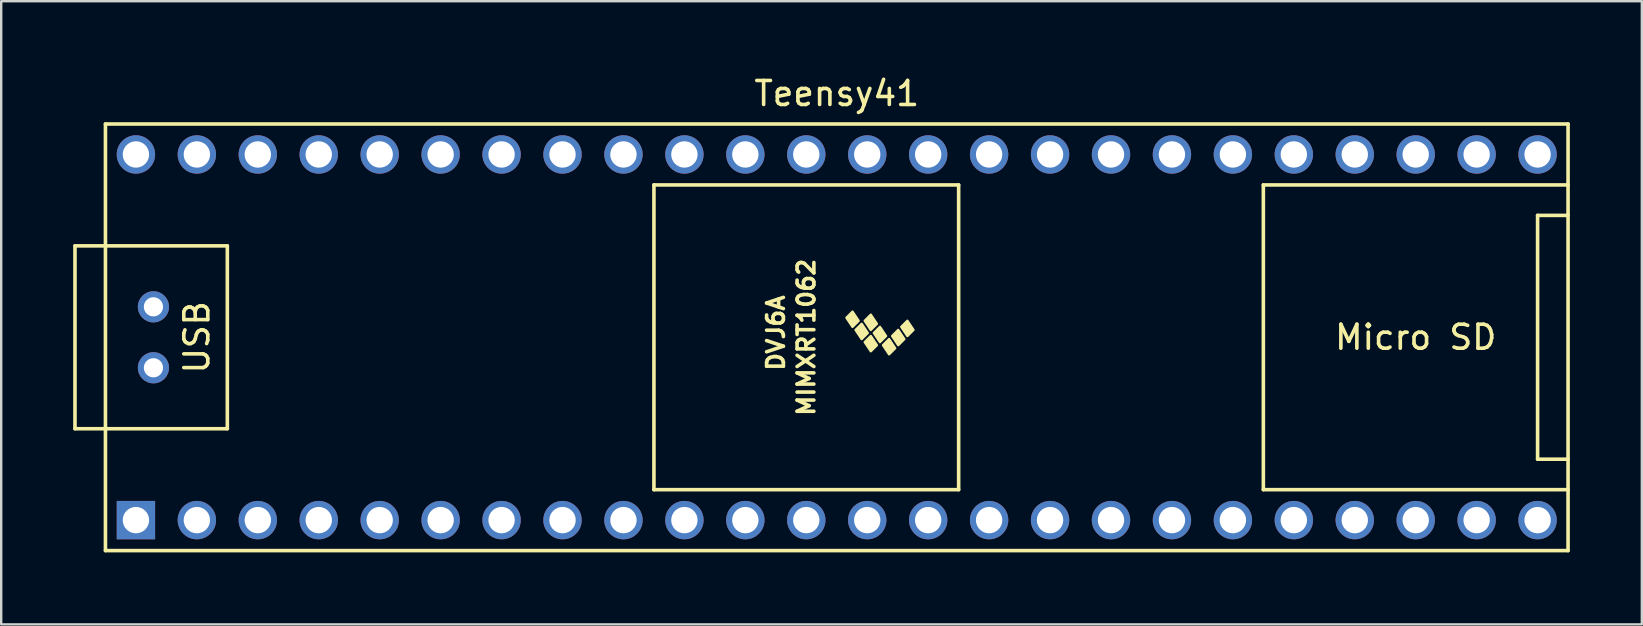
<source format=kicad_pcb>
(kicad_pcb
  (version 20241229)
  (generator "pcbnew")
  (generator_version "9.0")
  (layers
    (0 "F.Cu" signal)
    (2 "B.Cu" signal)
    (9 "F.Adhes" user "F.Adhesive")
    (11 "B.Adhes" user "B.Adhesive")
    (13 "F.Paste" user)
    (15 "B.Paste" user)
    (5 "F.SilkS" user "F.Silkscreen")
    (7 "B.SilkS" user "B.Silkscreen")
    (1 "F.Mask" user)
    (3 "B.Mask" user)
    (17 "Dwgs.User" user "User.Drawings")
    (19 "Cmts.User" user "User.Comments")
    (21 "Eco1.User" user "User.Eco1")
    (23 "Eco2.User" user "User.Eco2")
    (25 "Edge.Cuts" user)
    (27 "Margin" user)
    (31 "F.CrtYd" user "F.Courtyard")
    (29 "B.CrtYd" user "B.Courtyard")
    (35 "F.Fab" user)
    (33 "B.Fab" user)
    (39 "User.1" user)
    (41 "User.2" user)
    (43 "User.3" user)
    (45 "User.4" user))
  (footprint "Teensy41"
    (layer "F.Cu")
    (at 31.825 11.008)
    (property "Reference" "Teensy41" (at 0 -10.16 0) (layer "F.SilkS") (effects (font (size 1 1) (thickness 0.15))))
    (attr through_hole)
    (fp_line (start -31.75 -3.81) (end -30.48 -3.81) (stroke (width 0.15) (type solid)) (layer "F.SilkS"))
    (fp_line (start -31.75 3.81) (end -31.75 -3.81) (stroke (width 0.15) (type solid)) (layer "F.SilkS"))
    (fp_line (start -30.48 -8.89) (end 30.48 -8.89) (stroke (width 0.15) (type solid)) (layer "F.SilkS"))
    (fp_line (start -30.48 3.81) (end -31.75 3.81) (stroke (width 0.15) (type solid)) (layer "F.SilkS"))
    (fp_line (start -30.48 8.89) (end -30.48 -8.89) (stroke (width 0.15) (type solid)) (layer "F.SilkS"))
    (fp_line (start -25.4 -3.81) (end -30.48 -3.81) (stroke (width 0.15) (type solid)) (layer "F.SilkS"))
    (fp_line (start -25.4 3.81) (end -30.48 3.81) (stroke (width 0.15) (type solid)) (layer "F.SilkS"))
    (fp_line (start -25.4 3.81) (end -25.4 -3.81) (stroke (width 0.15) (type solid)) (layer "F.SilkS"))
    (fp_line (start -7.62 -6.35) (end -7.62 6.35) (stroke (width 0.15) (type solid)) (layer "F.SilkS"))
    (fp_line (start -7.62 6.35) (end 5.08 6.35) (stroke (width 0.15) (type solid)) (layer "F.SilkS"))
    (fp_line (start 5.08 -6.35) (end -7.62 -6.35) (stroke (width 0.15) (type solid)) (layer "F.SilkS"))
    (fp_line (start 5.08 6.35) (end 5.08 -6.35) (stroke (width 0.15) (type solid)) (layer "F.SilkS"))
    (fp_line (start 17.78 -6.35) (end 17.78 6.35) (stroke (width 0.15) (type solid)) (layer "F.SilkS"))
    (fp_line (start 17.78 6.35) (end 30.48 6.35) (stroke (width 0.15) (type solid)) (layer "F.SilkS"))
    (fp_line (start 29.21 -5.08) (end 29.21 5.08) (stroke (width 0.15) (type solid)) (layer "F.SilkS"))
    (fp_line (start 29.21 5.08) (end 30.48 5.08) (stroke (width 0.15) (type solid)) (layer "F.SilkS"))
    (fp_line (start 30.48 -8.89) (end 30.48 8.89) (stroke (width 0.15) (type solid)) (layer "F.SilkS"))
    (fp_line (start 30.48 -6.35) (end 17.78 -6.35) (stroke (width 0.15) (type solid)) (layer "F.SilkS"))
    (fp_line (start 30.48 -5.08) (end 29.21 -5.08) (stroke (width 0.15) (type solid)) (layer "F.SilkS"))
    (fp_line (start 30.48 8.89) (end -30.48 8.89) (stroke (width 0.15) (type solid)) (layer "F.SilkS"))
    (fp_poly (pts (xy 0.911 -0.688) (xy 0.657 -0.434) (xy 0.403 -0.815) (xy 0.657 -1.069)) (stroke (width 0.1) (type solid)) (fill yes) (layer "F.SilkS"))
    (fp_poly (pts (xy 1.292 -0.18) (xy 1.038 0.074) (xy 0.784 -0.307) (xy 1.038 -0.561)) (stroke (width 0.1) (type solid)) (fill yes) (layer "F.SilkS"))
    (fp_poly (pts (xy 1.673 -0.561) (xy 1.419 -0.307) (xy 1.165 -0.688) (xy 1.419 -0.942)) (stroke (width 0.1) (type solid)) (fill yes) (layer "F.SilkS"))
    (fp_poly (pts (xy 1.673 0.328) (xy 1.419 0.582) (xy 1.165 0.201) (xy 1.419 -0.053)) (stroke (width 0.1) (type solid)) (fill yes) (layer "F.SilkS"))
    (fp_poly (pts (xy 2.054 -0.053) (xy 1.8 0.201) (xy 1.546 -0.18) (xy 1.8 -0.434)) (stroke (width 0.1) (type solid)) (fill yes) (layer "F.SilkS"))
    (fp_poly (pts (xy 2.435 0.455) (xy 2.181 0.709) (xy 1.927 0.328) (xy 2.181 0.074)) (stroke (width 0.1) (type solid)) (fill yes) (layer "F.SilkS"))
    (fp_poly (pts (xy 2.816 0.074) (xy 2.562 0.328) (xy 2.308 -0.053) (xy 2.562 -0.307)) (stroke (width 0.1) (type solid)) (fill yes) (layer "F.SilkS"))
    (fp_poly (pts (xy 3.197 -0.307) (xy 2.943 -0.053) (xy 2.689 -0.434) (xy 2.943 -0.688)) (stroke (width 0.1) (type solid)) (fill yes) (layer "F.SilkS"))
    (fp_text user "USB" (at -26.67 0 270) (layer "F.SilkS") (effects (font (size 1 1) (thickness 0.15))))
    (fp_text user "DVJ6A" (at -2.54 -0.18 270) (layer "F.SilkS") (effects (font (size 0.7 0.7) (thickness 0.15))))
    (fp_text user "Micro SD" (at 24.13 0 0) (layer "F.SilkS") (effects (font (size 1 1) (thickness 0.15))))
    (fp_text user "MIMXRT1062" (at -1.27 0 270) (layer "F.SilkS") (effects (font (size 0.7 0.7) (thickness 0.15))))
    (pad "1" thru_hole rect (at -29.21 7.62) (size 1.6 1.6) (drill 1.1) (layers "*.Cu" "*.Mask"))
    (pad "2" thru_hole circle (at -26.67 7.62) (size 1.6 1.6) (drill 1.1) (layers "*.Cu" "*.Mask"))
    (pad "3" thru_hole circle (at -24.13 7.62) (size 1.6 1.6) (drill 1.1) (layers "*.Cu" "*.Mask"))
    (pad "4" thru_hole circle (at -21.59 7.62) (size 1.6 1.6) (drill 1.1) (layers "*.Cu" "*.Mask"))
    (pad "5" thru_hole circle (at -19.05 7.62) (size 1.6 1.6) (drill 1.1) (layers "*.Cu" "*.Mask"))
    (pad "6" thru_hole circle (at -16.51 7.62) (size 1.6 1.6) (drill 1.1) (layers "*.Cu" "*.Mask"))
    (pad "7" thru_hole circle (at -13.97 7.62) (size 1.6 1.6) (drill 1.1) (layers "*.Cu" "*.Mask"))
    (pad "8" thru_hole circle (at -11.43 7.62) (size 1.6 1.6) (drill 1.1) (layers "*.Cu" "*.Mask"))
    (pad "9" thru_hole circle (at -8.89 7.62) (size 1.6 1.6) (drill 1.1) (layers "*.Cu" "*.Mask"))
    (pad "10" thru_hole circle (at -6.35 7.62) (size 1.6 1.6) (drill 1.1) (layers "*.Cu" "*.Mask"))
    (pad "11" thru_hole circle (at -3.81 7.62) (size 1.6 1.6) (drill 1.1) (layers "*.Cu" "*.Mask"))
    (pad "12" thru_hole circle (at -1.27 7.62) (size 1.6 1.6) (drill 1.1) (layers "*.Cu" "*.Mask"))
    (pad "13" thru_hole circle (at 1.27 7.62) (size 1.6 1.6) (drill 1.1) (layers "*.Cu" "*.Mask"))
    (pad "14" thru_hole circle (at 3.81 7.62) (size 1.6 1.6) (drill 1.1) (layers "*.Cu" "*.Mask"))
    (pad "15" thru_hole circle (at 6.35 7.62) (size 1.6 1.6) (drill 1.1) (layers "*.Cu" "*.Mask"))
    (pad "16" thru_hole circle (at 8.89 7.62) (size 1.6 1.6) (drill 1.1) (layers "*.Cu" "*.Mask"))
    (pad "17" thru_hole circle (at 11.43 7.62) (size 1.6 1.6) (drill 1.1) (layers "*.Cu" "*.Mask"))
    (pad "18" thru_hole circle (at 13.97 7.62) (size 1.6 1.6) (drill 1.1) (layers "*.Cu" "*.Mask"))
    (pad "19" thru_hole circle (at 16.51 7.62) (size 1.6 1.6) (drill 1.1) (layers "*.Cu" "*.Mask"))
    (pad "20" thru_hole circle (at 19.05 7.62) (size 1.6 1.6) (drill 1.1) (layers "*.Cu" "*.Mask"))
    (pad "21" thru_hole circle (at 21.59 7.62) (size 1.6 1.6) (drill 1.1) (layers "*.Cu" "*.Mask"))
    (pad "22" thru_hole circle (at 24.13 7.62) (size 1.6 1.6) (drill 1.1) (layers "*.Cu" "*.Mask"))
    (pad "23" thru_hole circle (at 26.67 7.62) (size 1.6 1.6) (drill 1.1) (layers "*.Cu" "*.Mask"))
    (pad "24" thru_hole circle (at 29.21 7.62) (size 1.6 1.6) (drill 1.1) (layers "*.Cu" "*.Mask"))
    (pad "25" thru_hole circle (at 29.21 -7.62) (size 1.6 1.6) (drill 1.1) (layers "*.Cu" "*.Mask"))
    (pad "26" thru_hole circle (at 26.67 -7.62) (size 1.6 1.6) (drill 1.1) (layers "*.Cu" "*.Mask"))
    (pad "27" thru_hole circle (at 24.13 -7.62) (size 1.6 1.6) (drill 1.1) (layers "*.Cu" "*.Mask"))
    (pad "28" thru_hole circle (at 21.59 -7.62) (size 1.6 1.6) (drill 1.1) (layers "*.Cu" "*.Mask"))
    (pad "29" thru_hole circle (at 19.05 -7.62) (size 1.6 1.6) (drill 1.1) (layers "*.Cu" "*.Mask"))
    (pad "30" thru_hole circle (at 16.51 -7.62) (size 1.6 1.6) (drill 1.1) (layers "*.Cu" "*.Mask"))
    (pad "31" thru_hole circle (at 13.97 -7.62) (size 1.6 1.6) (drill 1.1) (layers "*.Cu" "*.Mask"))
    (pad "32" thru_hole circle (at 11.43 -7.62) (size 1.6 1.6) (drill 1.1) (layers "*.Cu" "*.Mask"))
    (pad "33" thru_hole circle (at 8.89 -7.62) (size 1.6 1.6) (drill 1.1) (layers "*.Cu" "*.Mask"))
    (pad "34" thru_hole circle (at 6.35 -7.62) (size 1.6 1.6) (drill 1.1) (layers "*.Cu" "*.Mask"))
    (pad "35" thru_hole circle (at 3.81 -7.62) (size 1.6 1.6) (drill 1.1) (layers "*.Cu" "*.Mask"))
    (pad "36" thru_hole circle (at 1.27 -7.62) (size 1.6 1.6) (drill 1.1) (layers "*.Cu" "*.Mask"))
    (pad "37" thru_hole circle (at -1.27 -7.62) (size 1.6 1.6) (drill 1.1) (layers "*.Cu" "*.Mask"))
    (pad "38" thru_hole circle (at -3.81 -7.62) (size 1.6 1.6) (drill 1.1) (layers "*.Cu" "*.Mask"))
    (pad "39" thru_hole circle (at -6.35 -7.62) (size 1.6 1.6) (drill 1.1) (layers "*.Cu" "*.Mask"))
    (pad "40" thru_hole circle (at -8.89 -7.62) (size 1.6 1.6) (drill 1.1) (layers "*.Cu" "*.Mask"))
    (pad "41" thru_hole circle (at -11.43 -7.62) (size 1.6 1.6) (drill 1.1) (layers "*.Cu" "*.Mask"))
    (pad "42" thru_hole circle (at -13.97 -7.62) (size 1.6 1.6) (drill 1.1) (layers "*.Cu" "*.Mask"))
    (pad "43" thru_hole circle (at -16.51 -7.62) (size 1.6 1.6) (drill 1.1) (layers "*.Cu" "*.Mask"))
    (pad "44" thru_hole circle (at -19.05 -7.62) (size 1.6 1.6) (drill 1.1) (layers "*.Cu" "*.Mask"))
    (pad "45" thru_hole circle (at -21.59 -7.62) (size 1.6 1.6) (drill 1.1) (layers "*.Cu" "*.Mask"))
    (pad "46" thru_hole circle (at -24.13 -7.62) (size 1.6 1.6) (drill 1.1) (layers "*.Cu" "*.Mask"))
    (pad "47" thru_hole circle (at -26.67 -7.62) (size 1.6 1.6) (drill 1.1) (layers "*.Cu" "*.Mask"))
    (pad "48" thru_hole circle (at -29.21 -7.62) (size 1.6 1.6) (drill 1.1) (layers "*.Cu" "*.Mask"))
    (pad "66" thru_hole circle (at -28.48 -1.27) (size 1.3 1.3) (drill 0.8) (layers "*.Cu" "*.Mask"))
    (pad "67" thru_hole circle (at -28.48 1.27) (size 1.3 1.3) (drill 0.8) (layers "*.Cu" "*.Mask")))
  (gr_rect
    (start -3 -3)
    (end 65.38 22.973)
    (stroke (width 0.1) (type default))
    (fill no)
    (layer "Edge.Cuts")))
</source>
